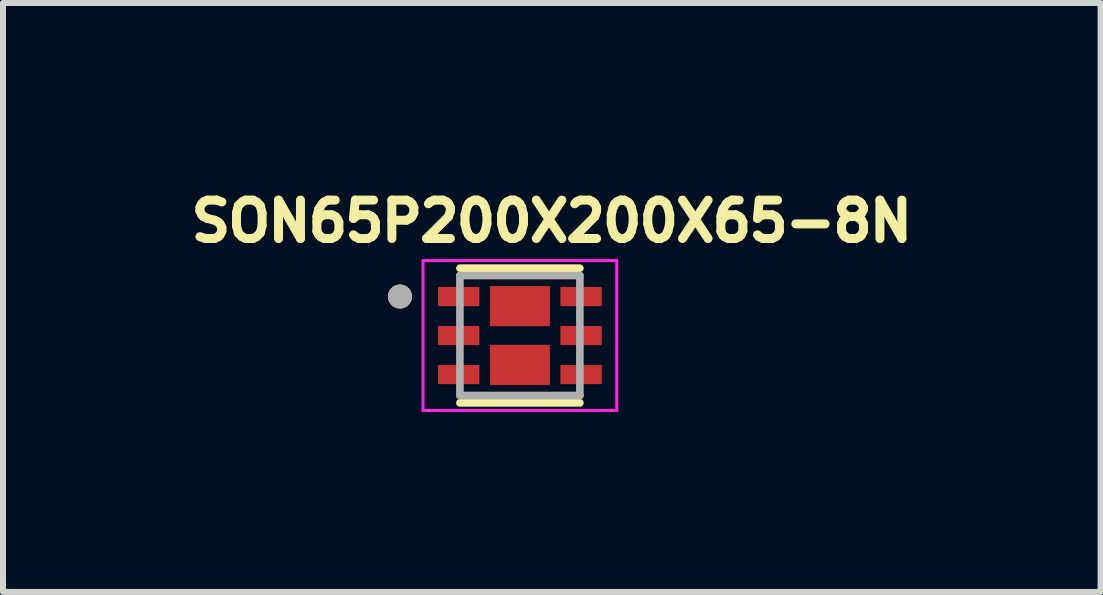
<source format=kicad_pcb>
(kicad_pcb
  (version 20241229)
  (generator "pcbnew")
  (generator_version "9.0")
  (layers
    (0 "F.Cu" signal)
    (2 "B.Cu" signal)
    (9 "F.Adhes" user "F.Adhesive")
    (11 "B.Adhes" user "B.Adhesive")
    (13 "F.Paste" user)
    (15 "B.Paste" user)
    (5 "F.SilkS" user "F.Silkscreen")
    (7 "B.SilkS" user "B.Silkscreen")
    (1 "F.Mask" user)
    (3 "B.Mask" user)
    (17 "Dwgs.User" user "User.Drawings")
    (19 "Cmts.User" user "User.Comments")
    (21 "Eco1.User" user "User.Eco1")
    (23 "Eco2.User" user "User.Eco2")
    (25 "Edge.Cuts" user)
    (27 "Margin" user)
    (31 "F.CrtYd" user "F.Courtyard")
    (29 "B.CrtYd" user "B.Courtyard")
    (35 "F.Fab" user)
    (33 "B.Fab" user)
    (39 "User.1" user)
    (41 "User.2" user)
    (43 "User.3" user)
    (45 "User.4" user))
  (footprint "SON65P200X200X65-8N"
    (layer "F.Cu")
    (at 5.618 2.544)
    (property "Reference" "SON65P200X200X65-8N" (at 0.532 -1.906 0) (layer "F.SilkS") (effects (font (size 0.64 0.64) (thickness 0.15))))
    (attr through_hole)
    (fp_line (start -1 -1.123) (end 1 -1.123) (stroke (width 0.127) (type solid)) (layer "F.SilkS"))
    (fp_line (start -1 1.123) (end 1 1.123) (stroke (width 0.127) (type solid)) (layer "F.SilkS"))
    (fp_circle (center -2 -0.65) (end -1.9 -0.65) (stroke (width 0.2) (type solid)) (fill no) (layer "F.SilkS"))
    (fp_poly (pts (xy -0.316 -0.702) (xy 0.316 -0.702) (xy 0.316 -0.278) (xy -0.316 -0.278)) (stroke (width 0.01) (type solid)) (fill yes) (layer "F.Paste"))
    (fp_poly (pts (xy -0.316 0.278) (xy 0.316 0.278) (xy 0.316 0.702) (xy -0.316 0.702)) (stroke (width 0.01) (type solid)) (fill yes) (layer "F.Paste"))
    (fp_line (start -1.615 -1.25) (end -1.615 1.25) (stroke (width 0.05) (type solid)) (layer "F.CrtYd"))
    (fp_line (start -1.615 1.25) (end 1.615 1.25) (stroke (width 0.05) (type solid)) (layer "F.CrtYd"))
    (fp_line (start 1.615 -1.25) (end -1.615 -1.25) (stroke (width 0.05) (type solid)) (layer "F.CrtYd"))
    (fp_line (start 1.615 1.25) (end 1.615 -1.25) (stroke (width 0.05) (type solid)) (layer "F.CrtYd"))
    (fp_line (start -1 -1) (end -1 1) (stroke (width 0.127) (type solid)) (layer "F.Fab"))
    (fp_line (start -1 1) (end 1 1) (stroke (width 0.127) (type solid)) (layer "F.Fab"))
    (fp_line (start 1 -1) (end -1 -1) (stroke (width 0.127) (type solid)) (layer "F.Fab"))
    (fp_line (start 1 1) (end 1 -1) (stroke (width 0.127) (type solid)) (layer "F.Fab"))
    (fp_circle (center -2 -0.65) (end -1.9 -0.65) (stroke (width 0.2) (type solid)) (fill no) (layer "F.Fab"))
    (pad "1" smd roundrect (at -1.02 -0.65) (size 0.69 0.32) (layers "F.Cu" "F.Mask" "F.Paste") (roundrect_rratio 0.04))
    (pad "2" smd roundrect (at -1.02 0) (size 0.69 0.32) (layers "F.Cu" "F.Mask" "F.Paste") (roundrect_rratio 0.04))
    (pad "3" smd roundrect (at -1.02 0.65) (size 0.69 0.32) (layers "F.Cu" "F.Mask" "F.Paste") (roundrect_rratio 0.04))
    (pad "4" smd roundrect (at 1.02 0.65 180) (size 0.69 0.32) (layers "F.Cu" "F.Mask" "F.Paste") (roundrect_rratio 0.04))
    (pad "5" smd roundrect (at 1.02 0 180) (size 0.69 0.32) (layers "F.Cu" "F.Mask" "F.Paste") (roundrect_rratio 0.04))
    (pad "6" smd roundrect (at 1.02 -0.65 180) (size 0.69 0.32) (layers "F.Cu" "F.Mask" "F.Paste") (roundrect_rratio 0.04))
    (pad "7" smd rect (at 0 -0.49) (size 1 0.67) (layers "F.Cu" "F.Mask"))
    (pad "8" smd rect (at 0 0.49) (size 1 0.67) (layers "F.Cu" "F.Mask")))
  (gr_rect
    (start -3 -3)
    (end 15.299 6.819)
    (stroke (width 0.1) (type default))
    (fill no)
    (layer "Edge.Cuts")))
</source>
